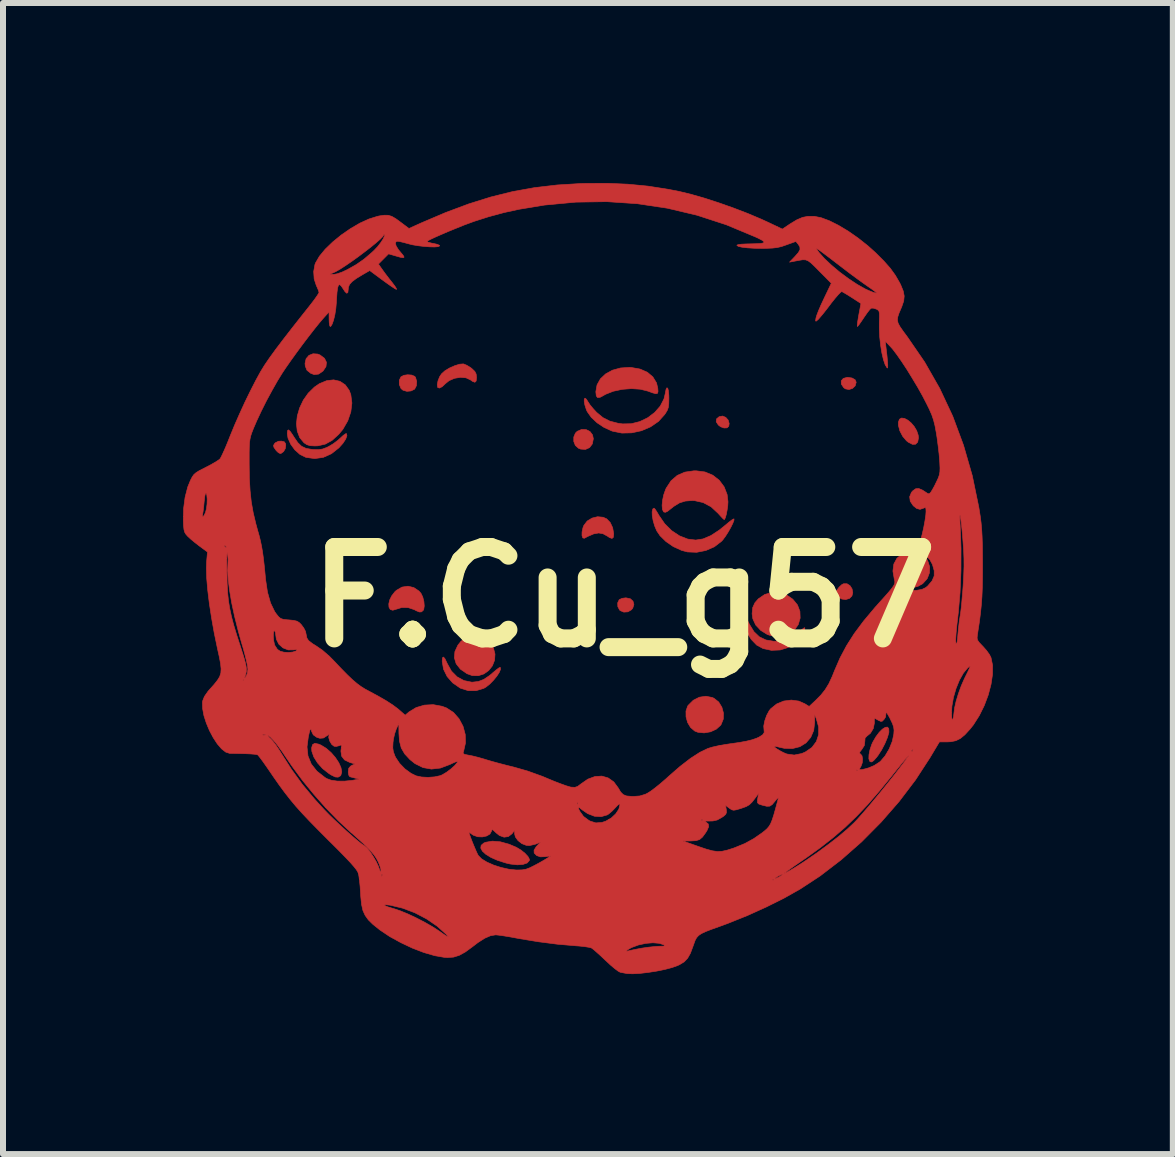
<source format=kicad_pcb>
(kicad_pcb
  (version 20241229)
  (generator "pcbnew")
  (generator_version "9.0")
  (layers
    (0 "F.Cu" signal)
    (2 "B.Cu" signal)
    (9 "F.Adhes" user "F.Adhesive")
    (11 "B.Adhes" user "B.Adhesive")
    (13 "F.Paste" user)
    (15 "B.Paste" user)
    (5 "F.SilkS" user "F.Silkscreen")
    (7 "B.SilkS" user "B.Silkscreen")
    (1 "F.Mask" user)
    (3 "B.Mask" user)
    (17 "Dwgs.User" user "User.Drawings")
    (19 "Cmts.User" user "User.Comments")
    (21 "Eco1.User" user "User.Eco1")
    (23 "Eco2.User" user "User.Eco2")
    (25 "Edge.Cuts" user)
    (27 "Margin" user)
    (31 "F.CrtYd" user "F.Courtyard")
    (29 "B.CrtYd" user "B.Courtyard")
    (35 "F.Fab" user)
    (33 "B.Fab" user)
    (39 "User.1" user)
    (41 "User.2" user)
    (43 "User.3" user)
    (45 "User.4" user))
  (footprint "F.Cu_g57"
    (layer "F.Cu")
    (at 7.347 6.901)
    (property "Reference" "F.Cu_g57" (at 0 0 0) (layer "F.SilkS") (effects (font (size 1.524 1.524) (thickness 0.3))))
    (attr through_hole)
    (fp_poly (pts (xy 1.317 -0.212) (xy 1.325 -0.202) (xy 1.353 -0.146) (xy 1.349 -0.105) (xy 1.315 -0.085) (xy 1.305 -0.085) (xy 1.261 -0.09) (xy 1.242 -0.099) (xy 1.228 -0.139) (xy 1.24 -0.187) (xy 1.262 -0.214) (xy 1.292 -0.23) (xy 1.317 -0.212)) (stroke (width 0.01) (type solid)) (fill yes) (layer "F.Cu"))
    (fp_poly (pts (xy 1.699 -2.995) (xy 1.739 -2.95) (xy 1.756 -2.892) (xy 1.749 -2.847) (xy 1.72 -2.82) (xy 1.67 -2.818) (xy 1.614 -2.838) (xy 1.576 -2.867) (xy 1.54 -2.921) (xy 1.545 -2.969) (xy 1.589 -3.006) (xy 1.646 -3.017) (xy 1.699 -2.995)) (stroke (width 0.01) (type solid)) (fill yes) (layer "F.Cu"))
    (fp_poly (pts (xy 3.804 -3.651) (xy 3.855 -3.622) (xy 3.873 -3.58) (xy 3.856 -3.52) (xy 3.811 -3.477) (xy 3.753 -3.459) (xy 3.693 -3.47) (xy 3.664 -3.491) (xy 3.625 -3.55) (xy 3.624 -3.604) (xy 3.658 -3.644) (xy 3.723 -3.662) (xy 3.731 -3.662) (xy 3.804 -3.651)) (stroke (width 0.01) (type solid)) (fill yes) (layer "F.Cu"))
    (fp_poly (pts (xy -0.628 -2.791) (xy -0.564 -2.759) (xy -0.521 -2.702) (xy -0.508 -2.638) (xy -0.525 -2.552) (xy -0.571 -2.491) (xy -0.638 -2.461) (xy -0.719 -2.466) (xy -0.755 -2.48) (xy -0.808 -2.527) (xy -0.834 -2.593) (xy -0.834 -2.667) (xy -0.807 -2.732) (xy -0.776 -2.763) (xy -0.702 -2.794) (xy -0.628 -2.791)) (stroke (width 0.01) (type solid)) (fill yes) (layer "F.Cu"))
    (fp_poly (pts (xy 3.72 -0.222) (xy 3.77 -0.19) (xy 3.804 -0.137) (xy 3.816 -0.073) (xy 3.802 -0.019) (xy 3.761 0.023) (xy 3.699 0.041) (xy 3.632 0.033) (xy 3.578 0.001) (xy 3.547 -0.04) (xy 3.535 -0.071) (xy 3.55 -0.114) (xy 3.588 -0.165) (xy 3.633 -0.207) (xy 3.662 -0.222) (xy 3.72 -0.222)) (stroke (width 0.01) (type solid)) (fill yes) (layer "F.Cu"))
    (fp_poly (pts (xy -5.659 -2.588) (xy -5.638 -2.558) (xy -5.634 -2.533) (xy -5.642 -2.475) (xy -5.671 -2.424) (xy -5.713 -2.394) (xy -5.727 -2.392) (xy -5.758 -2.407) (xy -5.796 -2.444) (xy -5.798 -2.448) (xy -5.832 -2.496) (xy -5.838 -2.529) (xy -5.818 -2.561) (xy -5.808 -2.571) (xy -5.756 -2.597) (xy -5.707 -2.599) (xy -5.659 -2.588)) (stroke (width 0.01) (type solid)) (fill yes) (layer "F.Cu"))
    (fp_poly (pts (xy -5.101 -4.05) (xy -5.062 -4.034) (xy -4.989 -3.979) (xy -4.956 -3.913) (xy -4.964 -3.841) (xy -5.012 -3.769) (xy -5.015 -3.766) (xy -5.087 -3.716) (xy -5.161 -3.708) (xy -5.218 -3.729) (xy -5.281 -3.78) (xy -5.309 -3.849) (xy -5.313 -3.895) (xy -5.295 -3.973) (xy -5.248 -4.028) (xy -5.18 -4.055) (xy -5.101 -4.05)) (stroke (width 0.01) (type solid)) (fill yes) (layer "F.Cu"))
    (fp_poly (pts (xy 0.108 0.028) (xy 0.153 0.069) (xy 0.168 0.124) (xy 0.149 0.185) (xy 0.127 0.212) (xy 0.068 0.246) (xy 0.000201 0.251) (xy -0.059 0.226) (xy -0.071 0.215) (xy -0.1 0.159) (xy -0.102 0.096) (xy -0.077 0.045) (xy -0.072 0.041) (xy -0.028 0.021) (xy 0.032 0.013) (xy 0.036 0.013) (xy 0.108 0.028)) (stroke (width 0.01) (type solid)) (fill yes) (layer "F.Cu"))
    (fp_poly (pts (xy -3.536 -3.7) (xy -3.486 -3.679) (xy -3.472 -3.663) (xy -3.452 -3.594) (xy -3.457 -3.523) (xy -3.485 -3.468) (xy -3.489 -3.464) (xy -3.547 -3.435) (xy -3.616 -3.429) (xy -3.68 -3.447) (xy -3.714 -3.476) (xy -3.742 -3.543) (xy -3.742 -3.613) (xy -3.715 -3.669) (xy -3.713 -3.671) (xy -3.666 -3.696) (xy -3.602 -3.705) (xy -3.536 -3.7)) (stroke (width 0.01) (type solid)) (fill yes) (layer "F.Cu"))
    (fp_poly (pts (xy 4.679 -2.977) (xy 4.734 -2.948) (xy 4.789 -2.902) (xy 4.84 -2.842) (xy 4.881 -2.773) (xy 4.906 -2.699) (xy 4.911 -2.652) (xy 4.898 -2.583) (xy 4.862 -2.547) (xy 4.809 -2.546) (xy 4.741 -2.581) (xy 4.712 -2.604) (xy 4.648 -2.679) (xy 4.6 -2.771) (xy 4.576 -2.864) (xy 4.576 -2.913) (xy 4.594 -2.964) (xy 4.63 -2.984) (xy 4.679 -2.977)) (stroke (width 0.01) (type solid)) (fill yes) (layer "F.Cu"))
    (fp_poly (pts (xy -5.09 2.45) (xy -5.048 2.467) (xy -4.96 2.521) (xy -4.879 2.592) (xy -4.808 2.674) (xy -4.751 2.76) (xy -4.714 2.843) (xy -4.701 2.915) (xy -4.716 2.97) (xy -4.724 2.98) (xy -4.762 3.002) (xy -4.811 2.998) (xy -4.878 2.965) (xy -4.917 2.94) (xy -5.02 2.859) (xy -5.105 2.764) (xy -5.167 2.665) (xy -5.2 2.57) (xy -5.203 2.512) (xy -5.187 2.459) (xy -5.151 2.438) (xy -5.09 2.45)) (stroke (width 0.01) (type solid)) (fill yes) (layer "F.Cu"))
    (fp_poly (pts (xy -2.439 0.63) (xy -2.418 0.636) (xy -2.303 0.689) (xy -2.22 0.765) (xy -2.175 0.842) (xy -2.147 0.95) (xy -2.154 1.053) (xy -2.191 1.147) (xy -2.252 1.224) (xy -2.332 1.281) (xy -2.425 1.311) (xy -2.526 1.309) (xy -2.614 1.277) (xy -2.723 1.202) (xy -2.794 1.112) (xy -2.824 1.013) (xy -2.815 0.908) (xy -2.765 0.801) (xy -2.717 0.741) (xy -2.627 0.663) (xy -2.535 0.626) (xy -2.439 0.63)) (stroke (width 0.01) (type solid)) (fill yes) (layer "F.Cu"))
    (fp_poly (pts (xy -2.058 4.079) (xy -1.913 4.119) (xy -1.791 4.171) (xy -1.714 4.217) (xy -1.647 4.271) (xy -1.597 4.325) (xy -1.573 4.371) (xy -1.574 4.391) (xy -1.611 4.432) (xy -1.681 4.456) (xy -1.775 4.463) (xy -1.889 4.45) (xy -1.964 4.433) (xy -2.1 4.39) (xy -2.212 4.341) (xy -2.299 4.288) (xy -2.357 4.235) (xy -2.384 4.184) (xy -2.378 4.138) (xy -2.334 4.1) (xy -2.303 4.087) (xy -2.191 4.068) (xy -2.058 4.079)) (stroke (width 0.01) (type solid)) (fill yes) (layer "F.Cu"))
    (fp_poly (pts (xy 1.475 1.674) (xy 1.503 1.687) (xy 1.581 1.749) (xy 1.634 1.835) (xy 1.661 1.934) (xy 1.658 2.034) (xy 1.621 2.125) (xy 1.614 2.136) (xy 1.541 2.202) (xy 1.445 2.246) (xy 1.338 2.264) (xy 1.236 2.254) (xy 1.182 2.233) (xy 1.113 2.174) (xy 1.063 2.091) (xy 1.037 1.996) (xy 1.036 1.9) (xy 1.064 1.817) (xy 1.074 1.803) (xy 1.158 1.72) (xy 1.259 1.669) (xy 1.368 1.653) (xy 1.475 1.674)) (stroke (width 0.01) (type solid)) (fill yes) (layer "F.Cu"))
    (fp_poly (pts (xy 4.416 2.192) (xy 4.418 2.248) (xy 4.417 2.259) (xy 4.393 2.342) (xy 4.351 2.442) (xy 4.297 2.546) (xy 4.238 2.638) (xy 4.212 2.672) (xy 4.164 2.726) (xy 4.132 2.748) (xy 4.109 2.745) (xy 4.099 2.738) (xy 4.084 2.696) (xy 4.086 2.629) (xy 4.102 2.546) (xy 4.131 2.459) (xy 4.148 2.421) (xy 4.201 2.329) (xy 4.257 2.254) (xy 4.31 2.201) (xy 4.358 2.171) (xy 4.394 2.167) (xy 4.416 2.192)) (stroke (width 0.01) (type solid)) (fill yes) (layer "F.Cu"))
    (fp_poly (pts (xy 2.589 -0.077) (xy 2.709 -0.038) (xy 2.815 0.035) (xy 2.894 0.131) (xy 2.935 0.239) (xy 2.939 0.351) (xy 2.907 0.459) (xy 2.838 0.557) (xy 2.787 0.601) (xy 2.72 0.632) (xy 2.628 0.649) (xy 2.527 0.651) (xy 2.435 0.638) (xy 2.392 0.624) (xy 2.281 0.555) (xy 2.198 0.466) (xy 2.15 0.362) (xy 2.138 0.278) (xy 2.148 0.176) (xy 2.185 0.095) (xy 2.242 0.03) (xy 2.348 -0.043) (xy 2.466 -0.078) (xy 2.589 -0.077)) (stroke (width 0.01) (type solid)) (fill yes) (layer "F.Cu"))
    (fp_poly (pts (xy -0.344 -1.33) (xy -0.285 -1.303) (xy -0.227 -1.243) (xy -0.186 -1.156) (xy -0.169 -1.057) (xy -0.169 -1.048) (xy -0.175 -0.995) (xy -0.197 -0.977) (xy -0.239 -0.992) (xy -0.273 -1.015) (xy -0.346 -1.055) (xy -0.419 -1.068) (xy -0.502 -1.053) (xy -0.602 -1.01) (xy -0.657 -0.98) (xy -0.681 -0.985) (xy -0.684 -0.987) (xy -0.697 -1.025) (xy -0.696 -1.086) (xy -0.681 -1.155) (xy -0.666 -1.194) (xy -0.61 -1.267) (xy -0.53 -1.316) (xy -0.437 -1.339) (xy -0.344 -1.33)) (stroke (width 0.01) (type solid)) (fill yes) (layer "F.Cu"))
    (fp_poly (pts (xy -3.5 -0.158) (xy -3.414 -0.1) (xy -3.38 -0.061) (xy -3.351 -0.000432) (xy -3.332 0.075) (xy -3.326 0.149) (xy -3.335 0.207) (xy -3.344 0.222) (xy -3.373 0.247) (xy -3.408 0.249) (xy -3.461 0.227) (xy -3.492 0.21) (xy -3.593 0.176) (xy -3.7 0.174) (xy -3.791 0.202) (xy -3.851 0.22) (xy -3.892 0.207) (xy -3.914 0.169) (xy -3.917 0.114) (xy -3.902 0.048) (xy -3.868 -0.021) (xy -3.816 -0.088) (xy -3.789 -0.113) (xy -3.697 -0.166) (xy -3.597 -0.181) (xy -3.5 -0.158)) (stroke (width 0.01) (type solid)) (fill yes) (layer "F.Cu"))
    (fp_poly (pts (xy -4.732 -3.596) (xy -4.644 -3.538) (xy -4.578 -3.447) (xy -4.55 -3.373) (xy -4.532 -3.234) (xy -4.55 -3.086) (xy -4.601 -2.937) (xy -4.683 -2.795) (xy -4.753 -2.711) (xy -4.863 -2.611) (xy -4.976 -2.549) (xy -5.097 -2.521) (xy -5.149 -2.519) (xy -5.228 -2.523) (xy -5.283 -2.54) (xy -5.331 -2.572) (xy -5.402 -2.658) (xy -5.443 -2.766) (xy -5.456 -2.888) (xy -5.442 -3.019) (xy -5.403 -3.152) (xy -5.342 -3.281) (xy -5.259 -3.399) (xy -5.156 -3.5) (xy -5.073 -3.557) (xy -4.951 -3.607) (xy -4.836 -3.62) (xy -4.732 -3.596)) (stroke (width 0.01) (type solid)) (fill yes) (layer "F.Cu"))
    (fp_poly (pts (xy 0.126 -3.826) (xy 0.271 -3.8) (xy 0.392 -3.747) (xy 0.484 -3.669) (xy 0.545 -3.569) (xy 0.566 -3.48) (xy 0.57 -3.426) (xy 0.562 -3.396) (xy 0.534 -3.389) (xy 0.481 -3.403) (xy 0.402 -3.432) (xy 0.275 -3.464) (xy 0.127 -3.474) (xy -0.028 -3.462) (xy -0.176 -3.43) (xy -0.303 -3.38) (xy -0.329 -3.365) (xy -0.396 -3.329) (xy -0.438 -3.325) (xy -0.459 -3.354) (xy -0.466 -3.419) (xy -0.466 -3.424) (xy -0.446 -3.537) (xy -0.39 -3.637) (xy -0.303 -3.719) (xy -0.19 -3.781) (xy -0.056 -3.818) (xy 0.094 -3.828) (xy 0.126 -3.826)) (stroke (width 0.01) (type solid)) (fill yes) (layer "F.Cu"))
    (fp_poly (pts (xy -2.67 -3.885) (xy -2.617 -3.863) (xy -2.555 -3.825) (xy -2.533 -3.808) (xy -2.483 -3.76) (xy -2.461 -3.716) (xy -2.455 -3.66) (xy -2.461 -3.601) (xy -2.482 -3.58) (xy -2.522 -3.595) (xy -2.555 -3.619) (xy -2.63 -3.654) (xy -2.723 -3.662) (xy -2.822 -3.646) (xy -2.912 -3.607) (xy -2.974 -3.557) (xy -3.028 -3.506) (xy -3.073 -3.483) (xy -3.101 -3.493) (xy -3.102 -3.494) (xy -3.109 -3.539) (xy -3.097 -3.604) (xy -3.07 -3.672) (xy -3.037 -3.721) (xy -2.982 -3.771) (xy -2.904 -3.818) (xy -2.818 -3.856) (xy -2.737 -3.881) (xy -2.675 -3.886) (xy -2.67 -3.885)) (stroke (width 0.01) (type solid)) (fill yes) (layer "F.Cu"))
    (fp_poly (pts (xy 2.039 0.355) (xy 2.068 0.403) (xy 2.093 0.453) (xy 2.169 0.577) (xy 2.259 0.663) (xy 2.368 0.715) (xy 2.5 0.737) (xy 2.637 0.731) (xy 2.758 0.693) (xy 2.875 0.619) (xy 2.919 0.581) (xy 2.968 0.54) (xy 3.004 0.515) (xy 3.016 0.511) (xy 3.016 0.538) (xy 2.995 0.588) (xy 2.959 0.648) (xy 2.915 0.708) (xy 2.868 0.759) (xy 2.861 0.765) (xy 2.742 0.84) (xy 2.605 0.882) (xy 2.46 0.888) (xy 2.321 0.858) (xy 2.214 0.8) (xy 2.123 0.705) (xy 2.069 0.618) (xy 2.021 0.514) (xy 1.998 0.426) (xy 2 0.362) (xy 2.006 0.349) (xy 2.019 0.338) (xy 2.039 0.355)) (stroke (width 0.01) (type solid)) (fill yes) (layer "F.Cu"))
    (fp_poly (pts (xy -5.561 -2.762) (xy -5.518 -2.7) (xy -5.499 -2.669) (xy -5.434 -2.574) (xy -5.371 -2.513) (xy -5.296 -2.478) (xy -5.2 -2.461) (xy -5.175 -2.459) (xy -5.088 -2.457) (xy -5.021 -2.467) (xy -4.952 -2.493) (xy -4.925 -2.506) (xy -4.842 -2.555) (xy -4.759 -2.618) (xy -4.724 -2.65) (xy -4.675 -2.695) (xy -4.638 -2.721) (xy -4.623 -2.725) (xy -4.615 -2.689) (xy -4.636 -2.632) (xy -4.682 -2.562) (xy -4.748 -2.488) (xy -4.873 -2.389) (xy -5.009 -2.328) (xy -5.152 -2.308) (xy -5.298 -2.328) (xy -5.302 -2.33) (xy -5.396 -2.376) (xy -5.482 -2.452) (xy -5.551 -2.546) (xy -5.597 -2.648) (xy -5.609 -2.728) (xy -5.604 -2.775) (xy -5.589 -2.787) (xy -5.561 -2.762)) (stroke (width 0.01) (type solid)) (fill yes) (layer "F.Cu"))
    (fp_poly (pts (xy -2.982 1.026) (xy -2.95 1.093) (xy -2.943 1.108) (xy -2.873 1.234) (xy -2.778 1.33) (xy -2.664 1.392) (xy -2.537 1.418) (xy -2.519 1.418) (xy -2.423 1.407) (xy -2.333 1.372) (xy -2.236 1.307) (xy -2.182 1.261) (xy -2.125 1.213) (xy -2.082 1.181) (xy -2.06 1.171) (xy -2.06 1.172) (xy -2.055 1.204) (xy -2.076 1.256) (xy -2.117 1.319) (xy -2.172 1.386) (xy -2.233 1.449) (xy -2.296 1.499) (xy -2.333 1.521) (xy -2.461 1.56) (xy -2.593 1.56) (xy -2.72 1.52) (xy -2.731 1.514) (xy -2.852 1.43) (xy -2.945 1.324) (xy -3.005 1.202) (xy -3.027 1.071) (xy -3.027 1.066) (xy -3.022 1.012) (xy -3.007 0.999) (xy -2.982 1.026)) (stroke (width 0.01) (type solid)) (fill yes) (layer "F.Cu"))
    (fp_poly (pts (xy 0.521 -1.465) (xy 0.551 -1.42) (xy 0.588 -1.357) (xy 0.682 -1.221) (xy 0.797 -1.107) (xy 0.928 -1.02) (xy 1.066 -0.966) (xy 1.198 -0.95) (xy 1.32 -0.969) (xy 1.45 -1.024) (xy 1.591 -1.116) (xy 1.691 -1.197) (xy 1.753 -1.249) (xy 1.803 -1.287) (xy 1.833 -1.303) (xy 1.837 -1.303) (xy 1.835 -1.277) (xy 1.815 -1.226) (xy 1.782 -1.159) (xy 1.74 -1.085) (xy 1.695 -1.014) (xy 1.652 -0.956) (xy 1.631 -0.932) (xy 1.509 -0.838) (xy 1.367 -0.776) (xy 1.214 -0.746) (xy 1.061 -0.752) (xy 0.963 -0.778) (xy 0.825 -0.841) (xy 0.703 -0.925) (xy 0.604 -1.022) (xy 0.549 -1.103) (xy 0.514 -1.186) (xy 0.489 -1.272) (xy 0.474 -1.354) (xy 0.472 -1.422) (xy 0.483 -1.468) (xy 0.504 -1.482) (xy 0.521 -1.465)) (stroke (width 0.01) (type solid)) (fill yes) (layer "F.Cu"))
    (fp_poly (pts (xy 1.353 -2.085) (xy 1.483 -2.031) (xy 1.591 -1.946) (xy 1.672 -1.837) (xy 1.722 -1.708) (xy 1.736 -1.588) (xy 1.732 -1.521) (xy 1.721 -1.445) (xy 1.707 -1.374) (xy 1.691 -1.319) (xy 1.676 -1.292) (xy 1.673 -1.291) (xy 1.654 -1.306) (xy 1.617 -1.345) (xy 1.572 -1.395) (xy 1.455 -1.504) (xy 1.322 -1.575) (xy 1.179 -1.607) (xy 1.138 -1.609) (xy 1.025 -1.6) (xy 0.928 -1.57) (xy 0.834 -1.512) (xy 0.786 -1.474) (xy 0.73 -1.43) (xy 0.695 -1.413) (xy 0.669 -1.417) (xy 0.662 -1.422) (xy 0.643 -1.462) (xy 0.638 -1.53) (xy 0.646 -1.615) (xy 0.666 -1.707) (xy 0.696 -1.792) (xy 0.707 -1.816) (xy 0.788 -1.939) (xy 0.89 -2.027) (xy 1.016 -2.082) (xy 1.168 -2.104) (xy 1.207 -2.104) (xy 1.353 -2.085)) (stroke (width 0.01) (type solid)) (fill yes) (layer "F.Cu"))
    (fp_poly (pts (xy 0.732 -3.48) (xy 0.743 -3.438) (xy 0.75 -3.364) (xy 0.751 -3.311) (xy 0.749 -3.223) (xy 0.742 -3.162) (xy 0.725 -3.114) (xy 0.695 -3.063) (xy 0.681 -3.043) (xy 0.578 -2.928) (xy 0.446 -2.837) (xy 0.294 -2.772) (xy 0.132 -2.737) (xy -0.032 -2.733) (xy -0.19 -2.765) (xy -0.201 -2.769) (xy -0.329 -2.827) (xy -0.446 -2.905) (xy -0.543 -2.996) (xy -0.61 -3.091) (xy -0.624 -3.122) (xy -0.649 -3.2) (xy -0.66 -3.261) (xy -0.659 -3.301) (xy -0.646 -3.315) (xy -0.623 -3.296) (xy -0.598 -3.256) (xy -0.564 -3.204) (xy -0.51 -3.139) (xy -0.454 -3.078) (xy -0.349 -2.991) (xy -0.233 -2.932) (xy -0.094 -2.896) (xy -0.02 -2.886) (xy 0.125 -2.889) (xy 0.267 -2.925) (xy 0.399 -2.989) (xy 0.515 -3.077) (xy 0.607 -3.182) (xy 0.669 -3.302) (xy 0.69 -3.389) (xy 0.703 -3.458) (xy 0.718 -3.488) (xy 0.732 -3.48)) (stroke (width 0.01) (type solid)) (fill yes) (layer "F.Cu"))
    (fp_poly (pts (xy 0.07 -6.881) (xy 0.402 -6.849) (xy 0.735 -6.797) (xy 0.921 -6.761) (xy 1.119 -6.713) (xy 1.343 -6.649) (xy 1.583 -6.571) (xy 1.829 -6.484) (xy 2.069 -6.392) (xy 2.293 -6.297) (xy 2.396 -6.25) (xy 2.643 -6.133) (xy 2.771 -6.219) (xy 2.883 -6.287) (xy 2.979 -6.328) (xy 3.071 -6.346) (xy 3.172 -6.346) (xy 3.288 -6.323) (xy 3.425 -6.272) (xy 3.577 -6.196) (xy 3.739 -6.099) (xy 3.904 -5.984) (xy 4.067 -5.855) (xy 4.195 -5.74) (xy 4.332 -5.603) (xy 4.441 -5.48) (xy 4.526 -5.362) (xy 4.596 -5.241) (xy 4.616 -5.201) (xy 4.657 -5.1) (xy 4.673 -5.017) (xy 4.665 -4.935) (xy 4.632 -4.838) (xy 4.622 -4.815) (xy 4.587 -4.733) (xy 4.566 -4.67) (xy 4.56 -4.618) (xy 4.571 -4.566) (xy 4.602 -4.508) (xy 4.654 -4.433) (xy 4.728 -4.333) (xy 5.014 -3.917) (xy 5.265 -3.477) (xy 5.482 -3.014) (xy 5.662 -2.529) (xy 5.808 -2.022) (xy 5.917 -1.495) (xy 5.941 -1.344) (xy 5.954 -1.243) (xy 5.964 -1.135) (xy 5.971 -1.014) (xy 5.976 -0.871) (xy 5.978 -0.699) (xy 5.979 -0.529) (xy 5.978 -0.329) (xy 5.975 -0.16) (xy 5.969 -0.012) (xy 5.959 0.126) (xy 5.945 0.264) (xy 5.926 0.414) (xy 5.9 0.585) (xy 5.892 0.639) (xy 5.888 0.682) (xy 5.896 0.718) (xy 5.922 0.756) (xy 5.973 0.81) (xy 5.986 0.823) (xy 6.045 0.89) (xy 6.094 0.958) (xy 6.12 1.01) (xy 6.146 1.137) (xy 6.145 1.289) (xy 6.12 1.456) (xy 6.074 1.631) (xy 6.008 1.807) (xy 5.925 1.975) (xy 5.827 2.129) (xy 5.77 2.201) (xy 5.684 2.295) (xy 5.609 2.357) (xy 5.534 2.394) (xy 5.45 2.411) (xy 5.387 2.414) (xy 5.26 2.414) (xy 5.101 2.68) (xy 4.862 3.047) (xy 4.589 3.407) (xy 4.288 3.752) (xy 3.964 4.079) (xy 3.623 4.379) (xy 3.271 4.649) (xy 2.943 4.864) (xy 2.676 5.015) (xy 2.378 5.164) (xy 2.06 5.308) (xy 1.734 5.439) (xy 1.587 5.493) (xy 1.458 5.539) (xy 1.362 5.576) (xy 1.293 5.609) (xy 1.246 5.641) (xy 1.212 5.679) (xy 1.187 5.726) (xy 1.165 5.788) (xy 1.152 5.824) (xy 1.109 5.939) (xy 1.063 6.02) (xy 1.006 6.08) (xy 0.93 6.126) (xy 0.899 6.141) (xy 0.804 6.175) (xy 0.682 6.207) (xy 0.544 6.235) (xy 0.401 6.257) (xy 0.264 6.273) (xy 0.145 6.279) (xy 0.053 6.275) (xy 0.042 6.273) (xy -0.022 6.261) (xy -0.061 6.253) (xy -0.096 6.234) (xy -0.152 6.192) (xy -0.223 6.132) (xy -0.3 6.06) (xy -0.305 6.056) (xy -0.382 5.983) (xy -0.452 5.92) (xy -0.48 5.895) (xy 0.044 5.895) (xy 0.05 5.903) (xy 0.082 5.896) (xy 0.12 5.887) (xy 0.187 5.873) (xy 0.271 5.857) (xy 0.299 5.852) (xy 0.399 5.837) (xy 0.501 5.826) (xy 0.583 5.82) (xy 0.593 5.82) (xy 0.657 5.818) (xy 0.683 5.812) (xy 0.676 5.801) (xy 0.672 5.798) (xy 0.592 5.771) (xy 0.485 5.762) (xy 0.365 5.772) (xy 0.243 5.799) (xy 0.13 5.841) (xy 0.122 5.845) (xy 0.069 5.875) (xy 0.044 5.895) (xy -0.48 5.895) (xy -0.506 5.873) (xy -0.539 5.849) (xy -0.54 5.848) (xy -0.578 5.838) (xy -0.647 5.827) (xy -0.737 5.817) (xy -0.804 5.812) (xy -1.106 5.786) (xy -1.424 5.745) (xy -1.734 5.694) (xy -1.799 5.682) (xy -1.907 5.662) (xy -2.006 5.646) (xy -2.086 5.635) (xy -2.136 5.63) (xy -2.136 5.63) (xy -2.221 5.644) (xy -2.318 5.686) (xy -2.432 5.759) (xy -2.525 5.83) (xy -2.641 5.915) (xy -2.742 5.971) (xy -2.838 6.001) (xy -2.938 6.008) (xy -2.991 6.005) (xy -3.152 5.977) (xy -3.334 5.924) (xy -3.526 5.85) (xy -3.718 5.759) (xy -3.902 5.658) (xy -4.066 5.548) (xy -4.183 5.454) (xy -4.258 5.38) (xy -4.311 5.306) (xy -4.348 5.225) (xy -4.369 5.132) (xy -3.991 5.132) (xy -3.978 5.145) (xy -3.931 5.164) (xy -3.852 5.188) (xy -3.831 5.194) (xy -3.727 5.229) (xy -3.6 5.281) (xy -3.46 5.347) (xy -3.319 5.42) (xy -3.188 5.495) (xy -3.08 5.565) (xy -2.999 5.622) (xy -2.949 5.655) (xy -2.927 5.666) (xy -2.93 5.657) (xy -2.954 5.629) (xy -2.965 5.617) (xy -3.111 5.485) (xy -3.288 5.364) (xy -3.483 5.262) (xy -3.687 5.185) (xy -3.887 5.137) (xy -3.905 5.134) (xy -3.967 5.128) (xy -3.991 5.132) (xy -4.369 5.132) (xy -4.371 5.124) (xy -4.384 4.995) (xy -4.388 4.932) (xy -4.395 4.825) (xy -4.405 4.726) (xy -4.407 4.71) (xy 2.477 4.71) (xy 2.487 4.72) (xy 2.498 4.71) (xy 2.487 4.699) (xy 2.477 4.71) (xy -4.407 4.71) (xy -4.41 4.69) (xy 2.519 4.69) (xy 2.535 4.688) (xy 2.575 4.671) (xy 2.582 4.667) (xy 2.625 4.642) (xy 2.646 4.625) (xy 2.646 4.624) (xy 2.63 4.625) (xy 2.59 4.642) (xy 2.582 4.646) (xy 2.539 4.671) (xy 2.519 4.688) (xy 2.519 4.69) (xy -4.41 4.69) (xy -4.416 4.646) (xy -4.418 4.636) (xy -4.043 4.636) (xy -4.035 4.653) (xy -4.029 4.65) (xy -4.026 4.624) (xy -4.029 4.621) (xy -4.041 4.624) (xy -4.043 4.636) (xy -4.418 4.636) (xy -4.424 4.606) (xy -4.427 4.6) (xy 2.678 4.6) (xy 2.678 4.605) (xy 2.708 4.591) (xy 2.761 4.562) (xy 2.83 4.521) (xy 2.909 4.472) (xy 2.991 4.419) (xy 3.027 4.395) (xy 3.225 4.259) (xy 3.412 4.121) (xy 3.582 3.989) (xy 3.727 3.866) (xy 3.842 3.758) (xy 3.902 3.694) (xy 3.983 3.602) (xy 4.08 3.489) (xy 4.185 3.363) (xy 4.296 3.229) (xy 4.405 3.094) (xy 4.508 2.965) (xy 4.599 2.847) (xy 4.674 2.749) (xy 4.702 2.709) (xy 4.738 2.658) (xy 4.748 2.639) (xy 4.734 2.652) (xy 4.695 2.696) (xy 4.633 2.772) (xy 4.547 2.878) (xy 4.462 2.985) (xy 4.256 3.237) (xy 4.064 3.459) (xy 3.876 3.657) (xy 3.688 3.838) (xy 3.49 4.008) (xy 3.276 4.176) (xy 3.04 4.346) (xy 2.942 4.413) (xy 2.852 4.475) (xy 2.774 4.53) (xy 2.715 4.572) (xy 2.681 4.597) (xy 2.678 4.6) (xy -4.427 4.6) (xy -4.437 4.576) (xy -4.462 4.538) (xy -4.502 4.488) (xy -4.559 4.423) (xy -4.637 4.341) (xy -4.738 4.237) (xy -4.866 4.109) (xy -4.931 4.045) (xy -5.098 3.877) (xy -5.24 3.732) (xy -5.361 3.604) (xy -5.466 3.487) (xy -5.561 3.373) (xy -5.651 3.258) (xy -5.741 3.136) (xy -5.837 2.999) (xy -5.886 2.927) (xy -5.952 2.831) (xy -6.011 2.747) (xy -6.06 2.681) (xy -6.092 2.641) (xy -6.101 2.631) (xy -6.122 2.624) (xy -6.162 2.619) (xy -6.228 2.614) (xy -6.323 2.61) (xy -6.452 2.607) (xy -6.571 2.605) (xy -6.635 2.584) (xy -6.705 2.529) (xy -6.776 2.446) (xy -6.844 2.342) (xy -6.862 2.307) (xy -5.933 2.307) (xy -5.93 2.319) (xy -5.902 2.348) (xy -5.887 2.361) (xy -5.848 2.403) (xy -5.796 2.471) (xy -5.741 2.553) (xy -5.712 2.6) (xy -5.539 2.872) (xy -5.356 3.125) (xy -5.151 3.371) (xy -4.99 3.547) (xy -4.912 3.627) (xy -4.82 3.716) (xy -4.72 3.81) (xy -4.618 3.903) (xy -4.522 3.988) (xy -4.436 4.061) (xy -4.368 4.116) (xy -4.323 4.146) (xy -4.322 4.147) (xy -4.281 4.182) (xy -4.229 4.245) (xy -4.176 4.325) (xy -4.127 4.409) (xy -4.09 4.488) (xy -4.08 4.517) (xy -4.063 4.564) (xy -4.05 4.575) (xy -4.047 4.567) (xy -4.051 4.528) (xy -4.071 4.467) (xy -4.092 4.415) (xy -4.123 4.356) (xy -4.164 4.296) (xy -4.22 4.23) (xy -4.294 4.153) (xy -4.392 4.062) (xy -4.517 3.95) (xy -4.552 3.92) (xy -2.582 3.92) (xy -2.574 3.949) (xy -2.554 4.006) (xy -2.526 4.079) (xy -2.494 4.157) (xy -2.463 4.23) (xy -2.438 4.285) (xy -2.425 4.308) (xy -2.37 4.364) (xy -2.281 4.418) (xy -2.17 4.467) (xy -2.045 4.507) (xy -1.916 4.536) (xy -1.793 4.549) (xy -1.776 4.549) (xy -1.696 4.547) (xy -1.631 4.536) (xy -1.565 4.511) (xy -1.491 4.474) (xy -1.411 4.431) (xy -1.337 4.389) (xy -1.284 4.357) (xy -1.282 4.356) (xy -1.217 4.314) (xy -1.31 4.327) (xy -1.391 4.33) (xy -1.45 4.309) (xy -1.453 4.308) (xy -1.494 4.266) (xy -1.496 4.218) (xy -1.46 4.16) (xy -1.445 4.144) (xy -1.387 4.083) (xy -1.47 4.118) (xy -1.572 4.142) (xy -1.626 4.138) (xy -1.7 4.109) (xy -1.755 4.065) (xy 0.984 4.065) (xy 1.249 4.159) (xy 1.376 4.202) (xy 1.476 4.229) (xy 1.559 4.241) (xy 1.638 4.237) (xy 1.723 4.218) (xy 1.827 4.185) (xy 1.851 4.176) (xy 2.017 4.108) (xy 2.166 4.026) (xy 2.303 3.931) (xy 2.351 3.893) (xy 2.389 3.859) (xy 2.42 3.822) (xy 2.447 3.777) (xy 2.472 3.716) (xy 2.499 3.633) (xy 2.53 3.523) (xy 2.569 3.379) (xy 2.575 3.355) (xy 2.571 3.346) (xy 2.547 3.368) (xy 2.519 3.403) (xy 2.473 3.458) (xy 2.432 3.485) (xy 2.383 3.487) (xy 2.309 3.469) (xy 2.302 3.467) (xy 2.249 3.449) (xy 2.228 3.428) (xy 2.227 3.388) (xy 2.232 3.357) (xy 2.246 3.272) (xy 2.185 3.356) (xy 2.135 3.42) (xy 2.091 3.462) (xy 2.039 3.492) (xy 1.964 3.519) (xy 1.942 3.526) (xy 1.874 3.546) (xy 1.831 3.553) (xy 1.801 3.546) (xy 1.767 3.525) (xy 1.758 3.518) (xy 1.696 3.472) (xy 1.708 3.544) (xy 1.711 3.589) (xy 1.699 3.62) (xy 1.663 3.653) (xy 1.628 3.676) (xy 1.555 3.716) (xy 1.484 3.732) (xy 1.43 3.733) (xy 1.371 3.733) (xy 1.349 3.737) (xy 1.36 3.747) (xy 1.371 3.752) (xy 1.408 3.782) (xy 1.414 3.827) (xy 1.387 3.89) (xy 1.363 3.929) (xy 1.311 4) (xy 1.263 4.041) (xy 1.203 4.06) (xy 1.117 4.065) (xy 1.112 4.065) (xy 0.984 4.065) (xy -1.755 4.065) (xy -1.764 4.058) (xy -1.808 3.997) (xy -1.82 3.946) (xy -1.82 3.889) (xy -1.864 3.945) (xy -1.925 3.992) (xy -1.996 4.002) (xy -2.073 3.974) (xy -2.128 3.93) (xy -2.171 3.889) (xy -2.193 3.876) (xy -2.203 3.888) (xy -2.206 3.903) (xy -2.232 3.95) (xy -2.286 3.982) (xy -2.358 3.998) (xy -2.434 3.995) (xy -2.504 3.971) (xy -2.527 3.957) (xy -2.564 3.929) (xy -2.582 3.919) (xy -2.582 3.92) (xy -4.552 3.92) (xy -4.566 3.907) (xy -4.76 3.727) (xy -4.962 3.518) (xy -4.974 3.505) (xy -0.759 3.505) (xy -0.752 3.533) (xy -0.732 3.573) (xy -0.672 3.656) (xy -0.582 3.723) (xy -0.561 3.734) (xy -0.466 3.764) (xy -0.364 3.756) (xy -0.301 3.735) (xy -0.266 3.715) (xy 1.291 3.715) (xy 1.302 3.725) (xy 1.312 3.715) (xy 1.302 3.704) (xy 1.291 3.715) (xy -0.266 3.715) (xy -0.21 3.683) (xy -0.135 3.613) (xy -0.083 3.535) (xy -0.064 3.459) (xy -0.064 3.458) (xy -0.073 3.447) (xy -0.104 3.471) (xy -0.14 3.51) (xy -0.195 3.567) (xy -0.251 3.614) (xy -0.276 3.631) (xy -0.378 3.66) (xy -0.489 3.653) (xy -0.603 3.609) (xy -0.693 3.547) (xy -0.74 3.51) (xy -0.759 3.505) (xy -4.974 3.505) (xy -5.033 3.438) (xy -0.781 3.438) (xy -0.778 3.465) (xy -0.77 3.466) (xy -0.765 3.437) (xy -0.769 3.425) (xy -0.778 3.417) (xy -0.781 3.438) (xy -5.033 3.438) (xy -5.163 3.291) (xy -5.355 3.056) (xy -5.527 2.823) (xy -5.626 2.678) (xy -5.702 2.565) (xy -5.752 2.497) (xy -5.28 2.497) (xy -5.264 2.648) (xy -5.209 2.783) (xy -5.115 2.902) (xy -4.981 3.007) (xy -4.953 3.025) (xy -4.879 3.052) (xy -4.777 3.067) (xy -4.657 3.068) (xy -4.533 3.056) (xy -4.498 3.05) (xy -4.413 3.034) (xy -4.477 3.018) (xy -4.531 3.004) (xy -4.567 2.994) (xy -4.584 2.969) (xy -4.593 2.92) (xy -4.593 2.912) (xy -4.585 2.854) (xy -4.554 2.818) (xy -4.539 2.809) (xy -4.484 2.781) (xy -4.57 2.755) (xy -4.655 2.714) (xy -4.703 2.652) (xy -4.715 2.568) (xy -4.712 2.539) (xy -4.708 2.512) (xy -3.851 2.512) (xy -3.841 2.577) (xy -3.816 2.646) (xy -3.802 2.675) (xy -3.738 2.771) (xy -3.648 2.864) (xy -3.545 2.939) (xy -3.461 2.98) (xy -3.371 2.999) (xy -3.263 3.005) (xy -3.154 2.997) (xy -3.061 2.977) (xy -3.027 2.963) (xy -2.953 2.919) (xy -2.879 2.863) (xy -2.815 2.805) (xy -2.776 2.757) (xy -2.774 2.754) (xy -2.776 2.741) (xy -2.809 2.749) (xy -2.874 2.778) (xy -2.9 2.791) (xy -3.057 2.85) (xy -3.206 2.867) (xy -3.347 2.842) (xy -3.48 2.776) (xy -3.564 2.709) (xy -3.652 2.614) (xy -3.709 2.516) (xy -3.739 2.402) (xy -3.748 2.274) (xy -3.75 2.106) (xy -3.793 2.201) (xy -3.819 2.276) (xy -3.84 2.369) (xy -3.847 2.427) (xy -3.851 2.512) (xy -4.708 2.512) (xy -4.705 2.486) (xy -4.709 2.466) (xy -4.73 2.471) (xy -4.742 2.477) (xy -4.795 2.49) (xy -4.829 2.486) (xy -4.868 2.456) (xy -4.901 2.401) (xy -4.918 2.343) (xy -4.915 2.308) (xy -4.911 2.287) (xy -4.926 2.295) (xy -4.944 2.309) (xy -5.006 2.349) (xy -5.065 2.354) (xy -5.117 2.338) (xy -5.176 2.296) (xy -5.203 2.24) (xy -5.212 2.207) (xy -5.221 2.198) (xy -5.231 2.218) (xy -5.245 2.271) (xy -5.258 2.328) (xy -5.28 2.497) (xy -5.752 2.497) (xy -5.774 2.466) (xy -5.839 2.387) (xy -5.892 2.332) (xy -5.927 2.308) (xy -5.933 2.307) (xy -6.862 2.307) (xy -6.865 2.302) (xy -6.023 2.302) (xy -6.003 2.305) (xy -5.975 2.302) (xy -5.975 2.294) (xy -6.003 2.289) (xy -6.015 2.293) (xy -6.023 2.302) (xy -6.865 2.302) (xy -6.906 2.225) (xy -6.958 2.101) (xy -6.998 1.977) (xy -7.02 1.86) (xy -7.023 1.757) (xy -7.019 1.73) (xy -6.99 1.657) (xy -6.931 1.572) (xy -6.904 1.541) (xy -6.828 1.456) (xy -6.773 1.387) (xy -6.772 1.386) (xy -6.35 1.386) (xy -6.339 1.397) (xy -6.329 1.386) (xy -6.339 1.376) (xy -6.35 1.386) (xy -6.772 1.386) (xy -6.736 1.327) (xy -6.716 1.265) (xy -6.712 1.196) (xy -6.721 1.109) (xy -6.742 0.997) (xy -6.772 0.862) (xy -6.826 0.601) (xy -6.871 0.348) (xy -6.908 0.107) (xy -6.935 -0.116) (xy -6.952 -0.314) (xy -6.957 -0.482) (xy -6.955 -0.537) (xy -6.617 -0.537) (xy -6.616 -0.396) (xy -6.615 -0.392) (xy -6.611 -0.22) (xy -6.603 -0.072) (xy -6.589 0.063) (xy -6.568 0.192) (xy -6.539 0.327) (xy -6.5 0.474) (xy -6.448 0.645) (xy -6.393 0.814) (xy -6.349 0.951) (xy -6.318 1.054) (xy -6.299 1.132) (xy -6.29 1.191) (xy -6.291 1.239) (xy -6.3 1.281) (xy -6.308 1.306) (xy -6.321 1.345) (xy -6.316 1.348) (xy -6.297 1.324) (xy -6.277 1.277) (xy -6.266 1.211) (xy -6.266 1.197) (xy -6.272 1.147) (xy -6.289 1.065) (xy -6.314 0.963) (xy -6.345 0.849) (xy -6.36 0.799) (xy -6.398 0.666) (xy -5.841 0.666) (xy -5.835 0.73) (xy -5.822 0.79) (xy -5.818 0.803) (xy -5.773 0.872) (xy -5.728 0.902) (xy -5.665 0.919) (xy -5.588 0.923) (xy -5.516 0.916) (xy -5.463 0.898) (xy -5.455 0.891) (xy -5.448 0.876) (xy -5.475 0.876) (xy -5.497 0.88) (xy -5.594 0.881) (xy -5.681 0.847) (xy -5.75 0.785) (xy -5.791 0.703) (xy -5.8 0.642) (xy -5.806 0.591) (xy -5.82 0.561) (xy -5.821 0.561) (xy -5.834 0.57) (xy -5.841 0.608) (xy -5.841 0.666) (xy -6.398 0.666) (xy -6.428 0.558) (xy -6.487 0.322) (xy -6.535 0.099) (xy -6.57 -0.106) (xy -6.593 -0.288) (xy -6.602 -0.441) (xy -6.598 -0.55) (xy -6.595 -0.632) (xy -6.602 -0.714) (xy -6.605 -0.73) (xy -6.611 -0.741) (xy -6.615 -0.712) (xy -6.617 -0.643) (xy -6.617 -0.537) (xy -6.955 -0.537) (xy -6.953 -0.593) (xy -6.939 -0.751) (xy -7.073 -0.85) (xy -7.088 -0.862) (xy -6.664 -0.862) (xy -6.659 -0.85) (xy -6.638 -0.827) (xy -6.625 -0.832) (xy -6.625 -0.835) (xy -6.64 -0.853) (xy -6.65 -0.859) (xy -6.664 -0.862) (xy -7.088 -0.862) (xy -7.148 -0.908) (xy -7.218 -0.966) (xy -7.269 -1.013) (xy -7.271 -1.015) (xy -7.301 -1.05) (xy -7.32 -1.083) (xy -7.331 -1.127) (xy -7.338 -1.191) (xy -7.342 -1.281) (xy -7.34 -1.342) (xy -7.025 -1.342) (xy -7.015 -1.337) (xy -6.994 -1.364) (xy -6.973 -1.407) (xy -6.956 -1.471) (xy -6.946 -1.551) (xy -6.944 -1.633) (xy -6.95 -1.7) (xy -6.961 -1.732) (xy -6.972 -1.728) (xy -6.983 -1.685) (xy -6.992 -1.608) (xy -6.994 -1.594) (xy -7.002 -1.509) (xy -7.011 -1.434) (xy -7.019 -1.385) (xy -7.02 -1.381) (xy -7.025 -1.342) (xy -7.34 -1.342) (xy -7.337 -1.475) (xy -7.312 -1.664) (xy -7.268 -1.835) (xy -7.222 -1.947) (xy -7.194 -2.001) (xy -7.167 -2.04) (xy -7.131 -2.072) (xy -7.077 -2.106) (xy -6.996 -2.147) (xy -6.964 -2.164) (xy -6.877 -2.209) (xy -6.857 -2.221) (xy -6.244 -2.221) (xy -6.241 -1.983) (xy -6.229 -1.775) (xy -6.209 -1.587) (xy -6.177 -1.406) (xy -6.133 -1.222) (xy -6.104 -1.115) (xy -6.077 -1.021) (xy -6.056 -0.935) (xy -6.038 -0.849) (xy -6.022 -0.756) (xy -6.007 -0.648) (xy -5.992 -0.516) (xy -5.976 -0.352) (xy -5.971 -0.296) (xy -5.939 -0.081) (xy -5.888 0.099) (xy -5.819 0.242) (xy -5.791 0.282) (xy -5.753 0.329) (xy -5.719 0.357) (xy -5.677 0.371) (xy -5.61 0.379) (xy -5.58 0.381) (xy -5.5 0.389) (xy -5.448 0.402) (xy -5.41 0.425) (xy -5.375 0.46) (xy -5.334 0.516) (xy -5.306 0.57) (xy -5.303 0.582) (xy -5.29 0.645) (xy -5.282 0.683) (xy -5.255 0.725) (xy -5.188 0.777) (xy -5.131 0.812) (xy -5.023 0.886) (xy -4.908 0.986) (xy -4.84 1.055) (xy -4.714 1.188) (xy -4.611 1.293) (xy -4.524 1.376) (xy -4.449 1.44) (xy -4.38 1.491) (xy -4.313 1.533) (xy -4.274 1.554) (xy -4.101 1.647) (xy -3.962 1.727) (xy -3.852 1.798) (xy -3.765 1.863) (xy -3.743 1.882) (xy -3.644 1.969) (xy -3.581 1.915) (xy -3.462 1.842) (xy -3.324 1.801) (xy -3.177 1.793) (xy -3.03 1.82) (xy -2.955 1.848) (xy -2.839 1.923) (xy -2.747 2.028) (xy -2.68 2.153) (xy -2.643 2.29) (xy -2.639 2.432) (xy -2.67 2.57) (xy -2.676 2.585) (xy -2.678 2.607) (xy -2.653 2.622) (xy -2.595 2.634) (xy -2.589 2.635) (xy -2.522 2.648) (xy -2.43 2.671) (xy -2.331 2.699) (xy -2.297 2.71) (xy -2.198 2.739) (xy -2.074 2.773) (xy -1.943 2.807) (xy -1.833 2.834) (xy -1.602 2.9) (xy -1.358 2.988) (xy -1.263 3.028) (xy -1.152 3.074) (xy -1.047 3.114) (xy -0.958 3.146) (xy -0.894 3.165) (xy -0.878 3.168) (xy -0.816 3.171) (xy -0.77 3.157) (xy -0.718 3.117) (xy -0.6 3.035) (xy -0.481 2.991) (xy -0.366 2.984) (xy -0.26 3.015) (xy -0.167 3.081) (xy -0.096 3.177) (xy -0.052 3.25) (xy -0.009 3.293) (xy 0.046 3.315) (xy 0.127 3.322) (xy 0.16 3.323) (xy 0.267 3.315) (xy 0.361 3.286) (xy 0.393 3.27) (xy 0.446 3.237) (xy 0.521 3.181) (xy 0.609 3.11) (xy 0.703 3.029) (xy 0.741 2.994) (xy 0.861 2.889) (xy 3.873 2.889) (xy 3.884 2.9) (xy 3.895 2.889) (xy 3.884 2.879) (xy 3.873 2.889) (xy 0.861 2.889) (xy 0.937 2.823) (xy 1.112 2.688) (xy 1.267 2.588) (xy 1.402 2.523) (xy 1.405 2.522) (xy 1.474 2.501) (xy 1.545 2.485) (xy 2.503 2.485) (xy 2.512 2.501) (xy 2.549 2.529) (xy 2.602 2.561) (xy 2.66 2.592) (xy 2.713 2.614) (xy 2.718 2.616) (xy 2.84 2.633) (xy 2.965 2.608) (xy 2.975 2.604) (xy 3.928 2.604) (xy 3.946 2.616) (xy 3.97 2.646) (xy 3.979 2.7) (xy 3.974 2.763) (xy 3.953 2.821) (xy 3.946 2.832) (xy 3.929 2.862) (xy 3.935 2.877) (xy 3.968 2.876) (xy 4.034 2.86) (xy 4.083 2.846) (xy 4.174 2.807) (xy 4.259 2.752) (xy 4.277 2.738) (xy 4.355 2.647) (xy 4.394 2.581) (xy 4.789 2.581) (xy 4.792 2.582) (xy 4.811 2.567) (xy 4.815 2.561) (xy 4.821 2.541) (xy 4.818 2.54) (xy 4.799 2.555) (xy 4.794 2.561) (xy 4.789 2.581) (xy 4.394 2.581) (xy 4.424 2.53) (xy 4.475 2.403) (xy 4.5 2.284) (xy 4.504 2.22) (xy 4.497 2.166) (xy 4.477 2.107) (xy 4.439 2.028) (xy 4.436 2.021) (xy 4.402 1.96) (xy 4.379 1.925) (xy 4.373 1.923) (xy 5.462 1.923) (xy 5.465 2.005) (xy 5.471 2.047) (xy 5.48 2.047) (xy 5.482 2.043) (xy 5.496 1.99) (xy 5.502 1.935) (xy 5.513 1.847) (xy 5.539 1.733) (xy 5.578 1.606) (xy 5.625 1.477) (xy 5.677 1.359) (xy 5.679 1.355) (xy 5.727 1.258) (xy 5.757 1.195) (xy 5.771 1.16) (xy 5.771 1.149) (xy 5.758 1.157) (xy 5.734 1.179) (xy 5.73 1.182) (xy 5.659 1.268) (xy 5.593 1.386) (xy 5.537 1.524) (xy 5.494 1.672) (xy 5.468 1.819) (xy 5.462 1.923) (xy 4.373 1.923) (xy 4.37 1.922) (xy 4.37 1.929) (xy 4.363 1.998) (xy 4.34 2.035) (xy 4.309 2.068) (xy 4.282 2.072) (xy 4.239 2.052) (xy 4.237 2.051) (xy 4.176 2.016) (xy 4.176 2.1) (xy 4.158 2.191) (xy 4.11 2.27) (xy 4.051 2.318) (xy 4.021 2.35) (xy 4.017 2.405) (xy 4.009 2.473) (xy 3.968 2.537) (xy 3.935 2.58) (xy 3.928 2.604) (xy 2.975 2.604) (xy 3.029 2.58) (xy 3.136 2.506) (xy 3.209 2.408) (xy 3.247 2.293) (xy 3.247 2.166) (xy 3.209 2.03) (xy 3.209 2.03) (xy 3.179 1.958) (xy 3.181 2.085) (xy 3.165 2.223) (xy 3.115 2.339) (xy 3.036 2.431) (xy 2.934 2.494) (xy 2.811 2.525) (xy 2.675 2.521) (xy 2.624 2.51) (xy 2.56 2.495) (xy 2.516 2.486) (xy 2.503 2.485) (xy 1.545 2.485) (xy 1.571 2.479) (xy 1.682 2.459) (xy 1.767 2.446) (xy 1.923 2.424) (xy 2.043 2.402) (xy 2.137 2.379) (xy 2.212 2.353) (xy 2.254 2.334) (xy 2.315 2.295) (xy 2.34 2.257) (xy 2.337 2.217) (xy 2.332 2.15) (xy 2.349 2.063) (xy 2.381 1.972) (xy 2.424 1.892) (xy 2.448 1.862) (xy 2.547 1.782) (xy 2.665 1.733) (xy 2.792 1.717) (xy 2.917 1.734) (xy 3.016 1.778) (xy 3.089 1.823) (xy 3.198 1.721) (xy 3.285 1.633) (xy 3.355 1.545) (xy 3.416 1.446) (xy 3.473 1.324) (xy 3.513 1.224) (xy 3.604 1.014) (xy 3.712 0.811) (xy 3.785 0.696) (xy 5.532 0.696) (xy 5.532 0.757) (xy 5.535 0.774) (xy 5.545 0.78) (xy 5.555 0.748) (xy 5.564 0.677) (xy 5.569 0.614) (xy 5.579 0.511) (xy 5.591 0.41) (xy 5.603 0.329) (xy 5.607 0.307) (xy 5.615 0.251) (xy 5.626 0.162) (xy 5.636 0.049) (xy 5.647 -0.077) (xy 5.655 -0.183) (xy 5.665 -0.359) (xy 5.67 -0.508) (xy 5.669 -0.647) (xy 5.663 -0.792) (xy 5.654 -0.914) (xy 5.644 -1.045) (xy 5.633 -1.158) (xy 5.623 -1.25) (xy 5.614 -1.317) (xy 5.607 -1.356) (xy 5.602 -1.366) (xy 5.6 -1.342) (xy 5.601 -1.281) (xy 5.606 -1.185) (xy 5.62 -0.812) (xy 5.619 -0.438) (xy 5.604 -0.078) (xy 5.575 0.258) (xy 5.568 0.319) (xy 5.55 0.474) (xy 5.538 0.601) (xy 5.532 0.696) (xy 3.785 0.696) (xy 3.841 0.608) (xy 3.997 0.399) (xy 4.183 0.177) (xy 4.256 0.095) (xy 4.351 -0.01) (xy 4.421 -0.09) (xy 4.453 -0.129) (xy 4.75 -0.129) (xy 4.767 -0.117) (xy 4.812 -0.11) (xy 4.882 -0.112) (xy 4.885 -0.113) (xy 4.97 -0.128) (xy 5.032 -0.158) (xy 5.064 -0.184) (xy 5.137 -0.269) (xy 5.173 -0.352) (xy 5.173 -0.439) (xy 5.173 -0.44) (xy 5.144 -0.543) (xy 5.1 -0.624) (xy 5.071 -0.655) (xy 5.044 -0.67) (xy 5.041 -0.652) (xy 5.062 -0.605) (xy 5.069 -0.593) (xy 5.098 -0.503) (xy 5.094 -0.404) (xy 5.059 -0.312) (xy 5.048 -0.296) (xy 4.981 -0.223) (xy 4.903 -0.179) (xy 4.821 -0.158) (xy 4.767 -0.144) (xy 4.75 -0.129) (xy 4.453 -0.129) (xy 4.469 -0.149) (xy 4.499 -0.192) (xy 4.514 -0.225) (xy 4.517 -0.253) (xy 4.513 -0.282) (xy 4.508 -0.298) (xy 4.485 -0.433) (xy 4.5 -0.55) (xy 4.552 -0.646) (xy 4.641 -0.721) (xy 4.765 -0.775) (xy 4.801 -0.784) (xy 4.864 -0.806) (xy 4.901 -0.838) (xy 4.925 -0.885) (xy 4.949 -0.955) (xy 4.974 -1.052) (xy 4.999 -1.162) (xy 5.019 -1.271) (xy 5.033 -1.366) (xy 5.037 -1.424) (xy 5.035 -1.475) (xy 5.025 -1.492) (xy 5 -1.484) (xy 4.997 -1.482) (xy 4.937 -1.462) (xy 4.882 -1.476) (xy 4.824 -1.522) (xy 4.774 -1.596) (xy 4.764 -1.672) (xy 4.794 -1.745) (xy 4.816 -1.77) (xy 4.864 -1.805) (xy 4.916 -1.809) (xy 4.979 -1.782) (xy 5.025 -1.752) (xy 5.067 -1.724) (xy 5.091 -1.721) (xy 5.112 -1.742) (xy 5.117 -1.748) (xy 5.142 -1.788) (xy 5.177 -1.851) (xy 5.212 -1.923) (xy 5.242 -1.986) (xy 5.259 -2.037) (xy 5.268 -2.087) (xy 5.27 -2.15) (xy 5.266 -2.239) (xy 5.264 -2.273) (xy 5.254 -2.388) (xy 5.238 -2.524) (xy 5.22 -2.661) (xy 5.208 -2.737) (xy 5.186 -2.856) (xy 5.162 -2.951) (xy 5.132 -3.039) (xy 5.089 -3.136) (xy 5.047 -3.221) (xy 4.977 -3.356) (xy 4.895 -3.502) (xy 4.806 -3.65) (xy 4.717 -3.795) (xy 4.63 -3.927) (xy 4.551 -4.04) (xy 4.485 -4.127) (xy 4.46 -4.156) (xy 4.358 -4.265) (xy 4.37 -4.159) (xy 4.386 -4.024) (xy 4.395 -3.926) (xy 4.399 -3.862) (xy 4.398 -3.827) (xy 4.392 -3.817) (xy 4.387 -3.821) (xy 4.356 -3.872) (xy 4.327 -3.957) (xy 4.301 -4.067) (xy 4.28 -4.196) (xy 4.265 -4.333) (xy 4.258 -4.472) (xy 4.258 -4.58) (xy 4.261 -4.671) (xy 4.26 -4.729) (xy 4.253 -4.763) (xy 4.238 -4.782) (xy 4.214 -4.797) (xy 4.209 -4.799) (xy 4.159 -4.815) (xy 4.124 -4.815) (xy 4.1 -4.793) (xy 4.061 -4.744) (xy 4.015 -4.678) (xy 4 -4.656) (xy 3.955 -4.589) (xy 3.918 -4.537) (xy 3.896 -4.511) (xy 3.893 -4.509) (xy 3.891 -4.528) (xy 3.896 -4.579) (xy 3.908 -4.654) (xy 3.916 -4.701) (xy 3.952 -4.893) (xy 3.804 -4.989) (xy 3.733 -5.034) (xy 3.674 -5.069) (xy 3.637 -5.09) (xy 3.632 -5.092) (xy 3.612 -5.079) (xy 3.572 -5.038) (xy 3.518 -4.975) (xy 3.455 -4.896) (xy 3.444 -4.881) (xy 3.378 -4.794) (xy 3.317 -4.717) (xy 3.267 -4.658) (xy 3.236 -4.623) (xy 3.234 -4.622) (xy 3.205 -4.598) (xy 3.196 -4.602) (xy 3.201 -4.641) (xy 3.204 -4.656) (xy 3.218 -4.702) (xy 3.247 -4.777) (xy 3.287 -4.87) (xy 3.334 -4.97) (xy 3.338 -4.979) (xy 3.458 -5.23) (xy 3.258 -5.432) (xy 3.178 -5.513) (xy 3.119 -5.569) (xy 3.073 -5.603) (xy 3.031 -5.62) (xy 2.983 -5.622) (xy 2.92 -5.612) (xy 2.836 -5.596) (xy 2.762 -5.582) (xy 2.852 -5.676) (xy 2.91 -5.742) (xy 2.937 -5.793) (xy 2.936 -5.802) (xy 3.212 -5.802) (xy 3.223 -5.784) (xy 3.246 -5.753) (xy 3.249 -5.748) (xy 3.341 -5.644) (xy 3.461 -5.531) (xy 3.599 -5.415) (xy 3.746 -5.306) (xy 3.891 -5.21) (xy 4.024 -5.135) (xy 4.081 -5.109) (xy 4.159 -5.078) (xy 4.203 -5.065) (xy 4.212 -5.069) (xy 4.186 -5.093) (xy 4.125 -5.138) (xy 4.063 -5.181) (xy 3.986 -5.235) (xy 3.885 -5.308) (xy 3.77 -5.393) (xy 3.652 -5.483) (xy 3.567 -5.548) (xy 3.442 -5.644) (xy 3.348 -5.715) (xy 3.281 -5.765) (xy 3.238 -5.795) (xy 3.216 -5.807) (xy 3.212 -5.802) (xy 2.936 -5.802) (xy 2.934 -5.837) (xy 2.905 -5.882) (xy 2.868 -5.927) (xy 2.709 -5.87) (xy 2.628 -5.842) (xy 2.555 -5.825) (xy 2.475 -5.816) (xy 2.375 -5.812) (xy 2.318 -5.811) (xy 2.179 -5.813) (xy 2.061 -5.82) (xy 1.969 -5.831) (xy 1.908 -5.845) (xy 1.884 -5.863) (xy 1.884 -5.864) (xy 1.903 -5.873) (xy 1.956 -5.881) (xy 2.032 -5.885) (xy 2.08 -5.886) (xy 2.204 -5.889) (xy 2.287 -5.894) (xy 2.331 -5.904) (xy 2.337 -5.921) (xy 2.308 -5.945) (xy 2.244 -5.979) (xy 2.189 -6.004) (xy 1.707 -6.205) (xy 1.219 -6.364) (xy 0.725 -6.481) (xy 0.224 -6.556) (xy -0.283 -6.59) (xy -0.799 -6.582) (xy -1.322 -6.533) (xy -1.745 -6.463) (xy -1.993 -6.409) (xy -2.249 -6.34) (xy -2.494 -6.262) (xy -2.66 -6.201) (xy -2.801 -6.144) (xy -2.933 -6.09) (xy -3.051 -6.039) (xy -3.151 -5.995) (xy -3.225 -5.96) (xy -3.27 -5.936) (xy -3.281 -5.927) (xy -3.262 -5.915) (xy -3.213 -5.901) (xy -3.17 -5.893) (xy -3.11 -5.879) (xy -3.074 -5.863) (xy -3.069 -5.853) (xy -3.096 -5.84) (xy -3.156 -5.835) (xy -3.238 -5.837) (xy -3.334 -5.844) (xy -3.433 -5.856) (xy -3.527 -5.872) (xy -3.578 -5.885) (xy -3.675 -5.911) (xy -3.739 -5.926) (xy -3.776 -5.93) (xy -3.795 -5.924) (xy -3.803 -5.907) (xy -3.806 -5.894) (xy -3.794 -5.85) (xy -3.754 -5.787) (xy -3.724 -5.751) (xy -3.679 -5.697) (xy -3.662 -5.666) (xy -3.676 -5.656) (xy -3.724 -5.663) (xy -3.804 -5.686) (xy -3.921 -5.72) (xy -4.09 -5.55) (xy -4.025 -5.458) (xy -3.978 -5.393) (xy -3.917 -5.313) (xy -3.859 -5.24) (xy -3.816 -5.183) (xy -3.791 -5.143) (xy -3.789 -5.127) (xy -3.793 -5.128) (xy -3.823 -5.145) (xy -3.879 -5.182) (xy -3.953 -5.234) (xy -4.032 -5.291) (xy -4.235 -5.442) (xy -4.351 -5.375) (xy -4.457 -5.311) (xy -4.529 -5.257) (xy -4.572 -5.209) (xy -4.591 -5.16) (xy -4.593 -5.131) (xy -4.599 -5.077) (xy -4.617 -5.063) (xy -4.646 -5.089) (xy -4.675 -5.133) (xy -4.709 -5.184) (xy -4.735 -5.207) (xy -4.755 -5.199) (xy -4.769 -5.158) (xy -4.78 -5.08) (xy -4.788 -4.963) (xy -4.791 -4.911) (xy -4.8 -4.806) (xy -4.816 -4.705) (xy -4.837 -4.617) (xy -4.86 -4.551) (xy -4.883 -4.513) (xy -4.894 -4.508) (xy -4.903 -4.528) (xy -4.91 -4.577) (xy -4.912 -4.63) (xy -4.913 -4.752) (xy -5.009 -4.646) (xy -5.073 -4.571) (xy -5.156 -4.468) (xy -5.251 -4.346) (xy -5.352 -4.213) (xy -5.453 -4.076) (xy -5.549 -3.943) (xy -5.634 -3.821) (xy -5.691 -3.736) (xy -5.774 -3.601) (xy -5.864 -3.442) (xy -5.956 -3.272) (xy -6.042 -3.1) (xy -6.117 -2.94) (xy -6.176 -2.803) (xy -6.18 -2.791) (xy -6.203 -2.733) (xy -6.219 -2.683) (xy -6.23 -2.634) (xy -6.238 -2.579) (xy -6.242 -2.508) (xy -6.244 -2.414) (xy -6.244 -2.29) (xy -6.244 -2.221) (xy -6.857 -2.221) (xy -6.801 -2.253) (xy -6.747 -2.289) (xy -6.728 -2.306) (xy -6.709 -2.34) (xy -6.678 -2.405) (xy -6.638 -2.495) (xy -6.594 -2.602) (xy -6.562 -2.683) (xy -6.486 -2.868) (xy -6.401 -3.061) (xy -6.312 -3.255) (xy -6.221 -3.441) (xy -6.134 -3.611) (xy -6.054 -3.757) (xy -5.989 -3.863) (xy -5.91 -3.979) (xy -5.805 -4.124) (xy -5.674 -4.297) (xy -5.521 -4.494) (xy -5.347 -4.715) (xy -5.284 -4.794) (xy -5.213 -4.884) (xy -5.153 -4.963) (xy -5.109 -5.026) (xy -5.084 -5.066) (xy -5.08 -5.076) (xy -5.089 -5.11) (xy -5.112 -5.165) (xy -5.125 -5.192) (xy -5.161 -5.302) (xy -5.166 -5.38) (xy -4.9 -5.38) (xy -4.832 -5.378) (xy -4.776 -5.388) (xy -4.696 -5.416) (xy -4.605 -5.459) (xy -4.46 -5.541) (xy -4.332 -5.63) (xy -4.205 -5.738) (xy -4.163 -5.777) (xy -4.104 -5.839) (xy -4.052 -5.906) (xy -4.011 -5.969) (xy -3.988 -6.02) (xy -3.988 -6.048) (xy -3.988 -6.049) (xy -4 -6.045) (xy -4 -6.037) (xy -4.017 -6.009) (xy -4.063 -5.962) (xy -4.133 -5.901) (xy -4.221 -5.829) (xy -4.321 -5.752) (xy -4.427 -5.672) (xy -4.534 -5.595) (xy -4.635 -5.526) (xy -4.726 -5.467) (xy -4.8 -5.425) (xy -4.829 -5.411) (xy -4.9 -5.38) (xy -5.166 -5.38) (xy -5.169 -5.425) (xy -5.148 -5.542) (xy -5.139 -5.567) (xy -5.074 -5.679) (xy -4.977 -5.797) (xy -4.853 -5.917) (xy -4.711 -6.033) (xy -4.558 -6.139) (xy -4.401 -6.231) (xy -4.248 -6.301) (xy -4.105 -6.346) (xy -4.077 -6.352) (xy -3.993 -6.364) (xy -3.927 -6.363) (xy -3.867 -6.345) (xy -3.8 -6.306) (xy -3.718 -6.246) (xy -3.581 -6.143) (xy -3.373 -6.237) (xy -2.969 -6.409) (xy -2.586 -6.552) (xy -2.216 -6.668) (xy -1.853 -6.758) (xy -1.487 -6.824) (xy -1.113 -6.868) (xy -0.721 -6.892) (xy -0.643 -6.894) (xy -0.274 -6.896) (xy 0.07 -6.881)) (stroke (width 0.01) (type solid)) (fill yes) (layer "F.Cu")))
  (gr_rect
    (start -3 -3)
    (end 16.497 16.185)
    (stroke (width 0.1) (type default))
    (fill no)
    (layer "Edge.Cuts")))
</source>
